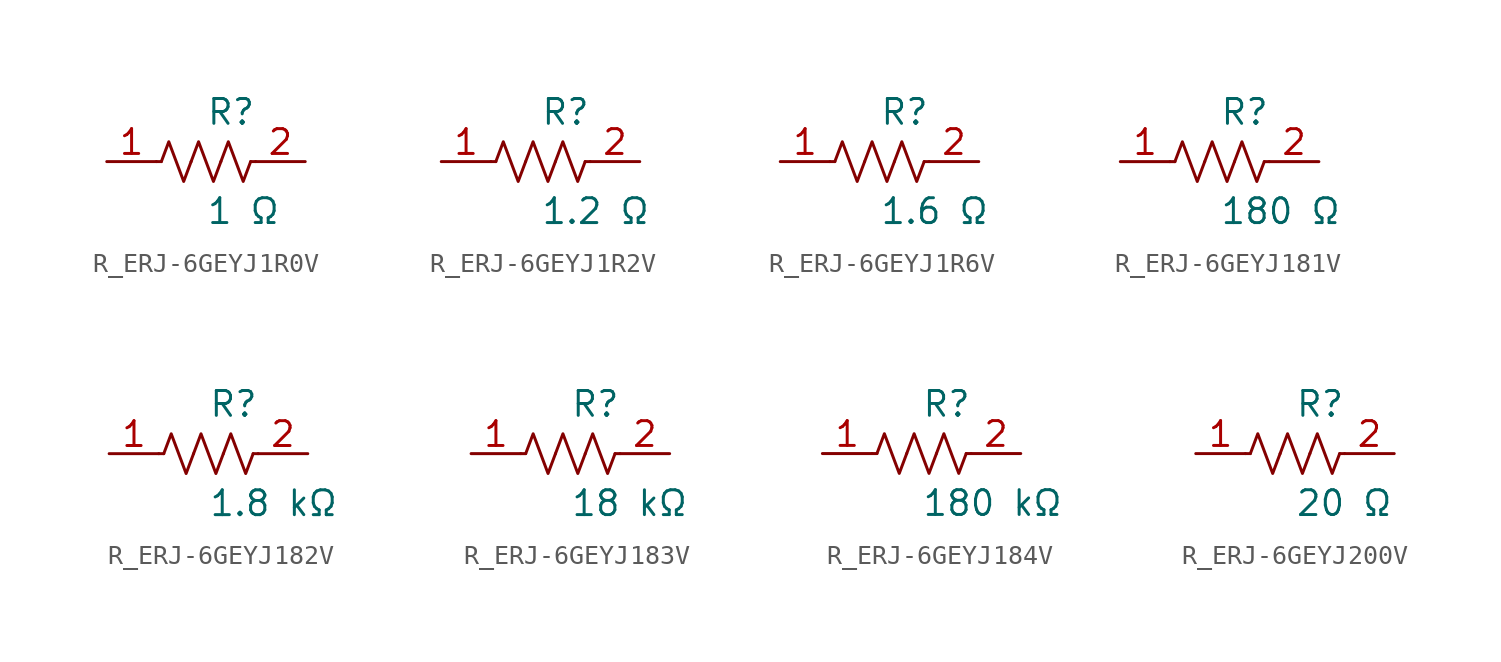
<source format=kicad_sym>
(kicad_symbol_lib
  (version 20231120)
  (generator kicad_symbol_editor)
  (generator_version 8.0)
  (symbol "R_ERJ-6GEYJ1R0V"
    (pin_names
      (offset 0.254))
    (property "Reference" "R"
      (at 0.0 2.54 0)
      (effects (font (size 1.27 1.27)) (justify left)))
    (property "Value" "1 Ω"
      (at 0.0 -2.54 0)
      (effects (font (size 1.27 1.27)) (justify left)))
    (symbol "R_ERJ-6GEYJ1R0V_0_1"
      (polyline (pts (xy 2.286 0) (xy 2.54 0)) (stroke (width 0) (type default)) (fill (type none)))
      (polyline (pts (xy -2.286 0) (xy -2.54 0)) (stroke (width 0) (type default)) (fill (type none)))
      (polyline (pts (xy 0.762 0) (xy 1.143 1.016) (xy 1.524 0) (xy 1.905 -1.016) (xy 2.286 0)) (stroke (width 0) (type default)) (fill (type none)))
      (polyline (pts (xy -0.762 0) (xy -0.381 1.016) (xy 0 0) (xy 0.381 -1.016) (xy 0.762 0)) (stroke (width 0) (type default)) (fill (type none)))
      (polyline (pts (xy -2.286 0) (xy -1.905 1.016) (xy -1.524 0) (xy -1.143 -1.016) (xy -0.762 0)) (stroke (width 0) (type default)) (fill (type none))))
    (pin unspecified line
      (at -5.08 0 0)
      (length 2.54)
      (name "" (effects (font (size 1.27 1.27))))
      (number "1" (effects (font (size 1.27 1.27)))))
    (pin unspecified line
      (at 5.08 0 180)
      (length 2.54)
      (name "" (effects (font (size 1.27 1.27))))
      (number "2" (effects (font (size 1.27 1.27))))))
  (symbol "R_ERJ-6GEYJ1R2V"
    (pin_names
      (offset 0.254))
    (property "Reference" "R"
      (at 0.0 2.54 0)
      (effects (font (size 1.27 1.27)) (justify left)))
    (property "Value" "1.2 Ω"
      (at 0.0 -2.54 0)
      (effects (font (size 1.27 1.27)) (justify left)))
    (symbol "R_ERJ-6GEYJ1R2V_0_1"
      (polyline (pts (xy 2.286 0) (xy 2.54 0)) (stroke (width 0) (type default)) (fill (type none)))
      (polyline (pts (xy -2.286 0) (xy -2.54 0)) (stroke (width 0) (type default)) (fill (type none)))
      (polyline (pts (xy 0.762 0) (xy 1.143 1.016) (xy 1.524 0) (xy 1.905 -1.016) (xy 2.286 0)) (stroke (width 0) (type default)) (fill (type none)))
      (polyline (pts (xy -0.762 0) (xy -0.381 1.016) (xy 0 0) (xy 0.381 -1.016) (xy 0.762 0)) (stroke (width 0) (type default)) (fill (type none)))
      (polyline (pts (xy -2.286 0) (xy -1.905 1.016) (xy -1.524 0) (xy -1.143 -1.016) (xy -0.762 0)) (stroke (width 0) (type default)) (fill (type none))))
    (pin unspecified line
      (at -5.08 0 0)
      (length 2.54)
      (name "" (effects (font (size 1.27 1.27))))
      (number "1" (effects (font (size 1.27 1.27)))))
    (pin unspecified line
      (at 5.08 0 180)
      (length 2.54)
      (name "" (effects (font (size 1.27 1.27))))
      (number "2" (effects (font (size 1.27 1.27))))))
  (symbol "R_ERJ-6GEYJ1R6V"
    (pin_names
      (offset 0.254))
    (property "Reference" "R"
      (at 0.0 2.54 0)
      (effects (font (size 1.27 1.27)) (justify left)))
    (property "Value" "1.6 Ω"
      (at 0.0 -2.54 0)
      (effects (font (size 1.27 1.27)) (justify left)))
    (symbol "R_ERJ-6GEYJ1R6V_0_1"
      (polyline (pts (xy 2.286 0) (xy 2.54 0)) (stroke (width 0) (type default)) (fill (type none)))
      (polyline (pts (xy -2.286 0) (xy -2.54 0)) (stroke (width 0) (type default)) (fill (type none)))
      (polyline (pts (xy 0.762 0) (xy 1.143 1.016) (xy 1.524 0) (xy 1.905 -1.016) (xy 2.286 0)) (stroke (width 0) (type default)) (fill (type none)))
      (polyline (pts (xy -0.762 0) (xy -0.381 1.016) (xy 0 0) (xy 0.381 -1.016) (xy 0.762 0)) (stroke (width 0) (type default)) (fill (type none)))
      (polyline (pts (xy -2.286 0) (xy -1.905 1.016) (xy -1.524 0) (xy -1.143 -1.016) (xy -0.762 0)) (stroke (width 0) (type default)) (fill (type none))))
    (pin unspecified line
      (at -5.08 0 0)
      (length 2.54)
      (name "" (effects (font (size 1.27 1.27))))
      (number "1" (effects (font (size 1.27 1.27)))))
    (pin unspecified line
      (at 5.08 0 180)
      (length 2.54)
      (name "" (effects (font (size 1.27 1.27))))
      (number "2" (effects (font (size 1.27 1.27))))))
  (symbol "R_ERJ-6GEYJ181V"
    (pin_names
      (offset 0.254))
    (property "Reference" "R"
      (at 0.0 2.54 0)
      (effects (font (size 1.27 1.27)) (justify left)))
    (property "Value" "180 Ω"
      (at 0.0 -2.54 0)
      (effects (font (size 1.27 1.27)) (justify left)))
    (symbol "R_ERJ-6GEYJ181V_0_1"
      (polyline (pts (xy 2.286 0) (xy 2.54 0)) (stroke (width 0) (type default)) (fill (type none)))
      (polyline (pts (xy -2.286 0) (xy -2.54 0)) (stroke (width 0) (type default)) (fill (type none)))
      (polyline (pts (xy 0.762 0) (xy 1.143 1.016) (xy 1.524 0) (xy 1.905 -1.016) (xy 2.286 0)) (stroke (width 0) (type default)) (fill (type none)))
      (polyline (pts (xy -0.762 0) (xy -0.381 1.016) (xy 0 0) (xy 0.381 -1.016) (xy 0.762 0)) (stroke (width 0) (type default)) (fill (type none)))
      (polyline (pts (xy -2.286 0) (xy -1.905 1.016) (xy -1.524 0) (xy -1.143 -1.016) (xy -0.762 0)) (stroke (width 0) (type default)) (fill (type none))))
    (pin unspecified line
      (at -5.08 0 0)
      (length 2.54)
      (name "" (effects (font (size 1.27 1.27))))
      (number "1" (effects (font (size 1.27 1.27)))))
    (pin unspecified line
      (at 5.08 0 180)
      (length 2.54)
      (name "" (effects (font (size 1.27 1.27))))
      (number "2" (effects (font (size 1.27 1.27))))))
  (symbol "R_ERJ-6GEYJ182V"
    (pin_names
      (offset 0.254))
    (property "Reference" "R"
      (at 0.0 2.54 0)
      (effects (font (size 1.27 1.27)) (justify left)))
    (property "Value" "1.8 kΩ"
      (at 0.0 -2.54 0)
      (effects (font (size 1.27 1.27)) (justify left)))
    (symbol "R_ERJ-6GEYJ182V_0_1"
      (polyline (pts (xy 2.286 0) (xy 2.54 0)) (stroke (width 0) (type default)) (fill (type none)))
      (polyline (pts (xy -2.286 0) (xy -2.54 0)) (stroke (width 0) (type default)) (fill (type none)))
      (polyline (pts (xy 0.762 0) (xy 1.143 1.016) (xy 1.524 0) (xy 1.905 -1.016) (xy 2.286 0)) (stroke (width 0) (type default)) (fill (type none)))
      (polyline (pts (xy -0.762 0) (xy -0.381 1.016) (xy 0 0) (xy 0.381 -1.016) (xy 0.762 0)) (stroke (width 0) (type default)) (fill (type none)))
      (polyline (pts (xy -2.286 0) (xy -1.905 1.016) (xy -1.524 0) (xy -1.143 -1.016) (xy -0.762 0)) (stroke (width 0) (type default)) (fill (type none))))
    (pin unspecified line
      (at -5.08 0 0)
      (length 2.54)
      (name "" (effects (font (size 1.27 1.27))))
      (number "1" (effects (font (size 1.27 1.27)))))
    (pin unspecified line
      (at 5.08 0 180)
      (length 2.54)
      (name "" (effects (font (size 1.27 1.27))))
      (number "2" (effects (font (size 1.27 1.27))))))
  (symbol "R_ERJ-6GEYJ183V"
    (pin_names
      (offset 0.254))
    (property "Reference" "R"
      (at 0.0 2.54 0)
      (effects (font (size 1.27 1.27)) (justify left)))
    (property "Value" "18 kΩ"
      (at 0.0 -2.54 0)
      (effects (font (size 1.27 1.27)) (justify left)))
    (symbol "R_ERJ-6GEYJ183V_0_1"
      (polyline (pts (xy 2.286 0) (xy 2.54 0)) (stroke (width 0) (type default)) (fill (type none)))
      (polyline (pts (xy -2.286 0) (xy -2.54 0)) (stroke (width 0) (type default)) (fill (type none)))
      (polyline (pts (xy 0.762 0) (xy 1.143 1.016) (xy 1.524 0) (xy 1.905 -1.016) (xy 2.286 0)) (stroke (width 0) (type default)) (fill (type none)))
      (polyline (pts (xy -0.762 0) (xy -0.381 1.016) (xy 0 0) (xy 0.381 -1.016) (xy 0.762 0)) (stroke (width 0) (type default)) (fill (type none)))
      (polyline (pts (xy -2.286 0) (xy -1.905 1.016) (xy -1.524 0) (xy -1.143 -1.016) (xy -0.762 0)) (stroke (width 0) (type default)) (fill (type none))))
    (pin unspecified line
      (at -5.08 0 0)
      (length 2.54)
      (name "" (effects (font (size 1.27 1.27))))
      (number "1" (effects (font (size 1.27 1.27)))))
    (pin unspecified line
      (at 5.08 0 180)
      (length 2.54)
      (name "" (effects (font (size 1.27 1.27))))
      (number "2" (effects (font (size 1.27 1.27))))))
  (symbol "R_ERJ-6GEYJ184V"
    (pin_names
      (offset 0.254))
    (property "Reference" "R"
      (at 0.0 2.54 0)
      (effects (font (size 1.27 1.27)) (justify left)))
    (property "Value" "180 kΩ"
      (at 0.0 -2.54 0)
      (effects (font (size 1.27 1.27)) (justify left)))
    (symbol "R_ERJ-6GEYJ184V_0_1"
      (polyline (pts (xy 2.286 0) (xy 2.54 0)) (stroke (width 0) (type default)) (fill (type none)))
      (polyline (pts (xy -2.286 0) (xy -2.54 0)) (stroke (width 0) (type default)) (fill (type none)))
      (polyline (pts (xy 0.762 0) (xy 1.143 1.016) (xy 1.524 0) (xy 1.905 -1.016) (xy 2.286 0)) (stroke (width 0) (type default)) (fill (type none)))
      (polyline (pts (xy -0.762 0) (xy -0.381 1.016) (xy 0 0) (xy 0.381 -1.016) (xy 0.762 0)) (stroke (width 0) (type default)) (fill (type none)))
      (polyline (pts (xy -2.286 0) (xy -1.905 1.016) (xy -1.524 0) (xy -1.143 -1.016) (xy -0.762 0)) (stroke (width 0) (type default)) (fill (type none))))
    (pin unspecified line
      (at -5.08 0 0)
      (length 2.54)
      (name "" (effects (font (size 1.27 1.27))))
      (number "1" (effects (font (size 1.27 1.27)))))
    (pin unspecified line
      (at 5.08 0 180)
      (length 2.54)
      (name "" (effects (font (size 1.27 1.27))))
      (number "2" (effects (font (size 1.27 1.27))))))
  (symbol "R_ERJ-6GEYJ200V"
    (pin_names
      (offset 0.254))
    (property "Reference" "R"
      (at 0.0 2.54 0)
      (effects (font (size 1.27 1.27)) (justify left)))
    (property "Value" "20 Ω"
      (at 0.0 -2.54 0)
      (effects (font (size 1.27 1.27)) (justify left)))
    (symbol "R_ERJ-6GEYJ200V_0_1"
      (polyline (pts (xy 2.286 0) (xy 2.54 0)) (stroke (width 0) (type default)) (fill (type none)))
      (polyline (pts (xy -2.286 0) (xy -2.54 0)) (stroke (width 0) (type default)) (fill (type none)))
      (polyline (pts (xy 0.762 0) (xy 1.143 1.016) (xy 1.524 0) (xy 1.905 -1.016) (xy 2.286 0)) (stroke (width 0) (type default)) (fill (type none)))
      (polyline (pts (xy -0.762 0) (xy -0.381 1.016) (xy 0 0) (xy 0.381 -1.016) (xy 0.762 0)) (stroke (width 0) (type default)) (fill (type none)))
      (polyline (pts (xy -2.286 0) (xy -1.905 1.016) (xy -1.524 0) (xy -1.143 -1.016) (xy -0.762 0)) (stroke (width 0) (type default)) (fill (type none))))
    (pin unspecified line
      (at -5.08 0 0)
      (length 2.54)
      (name "" (effects (font (size 1.27 1.27))))
      (number "1" (effects (font (size 1.27 1.27)))))
    (pin unspecified line
      (at 5.08 0 180)
      (length 2.54)
      (name "" (effects (font (size 1.27 1.27))))
      (number "2" (effects (font (size 1.27 1.27)))))))
</source>
